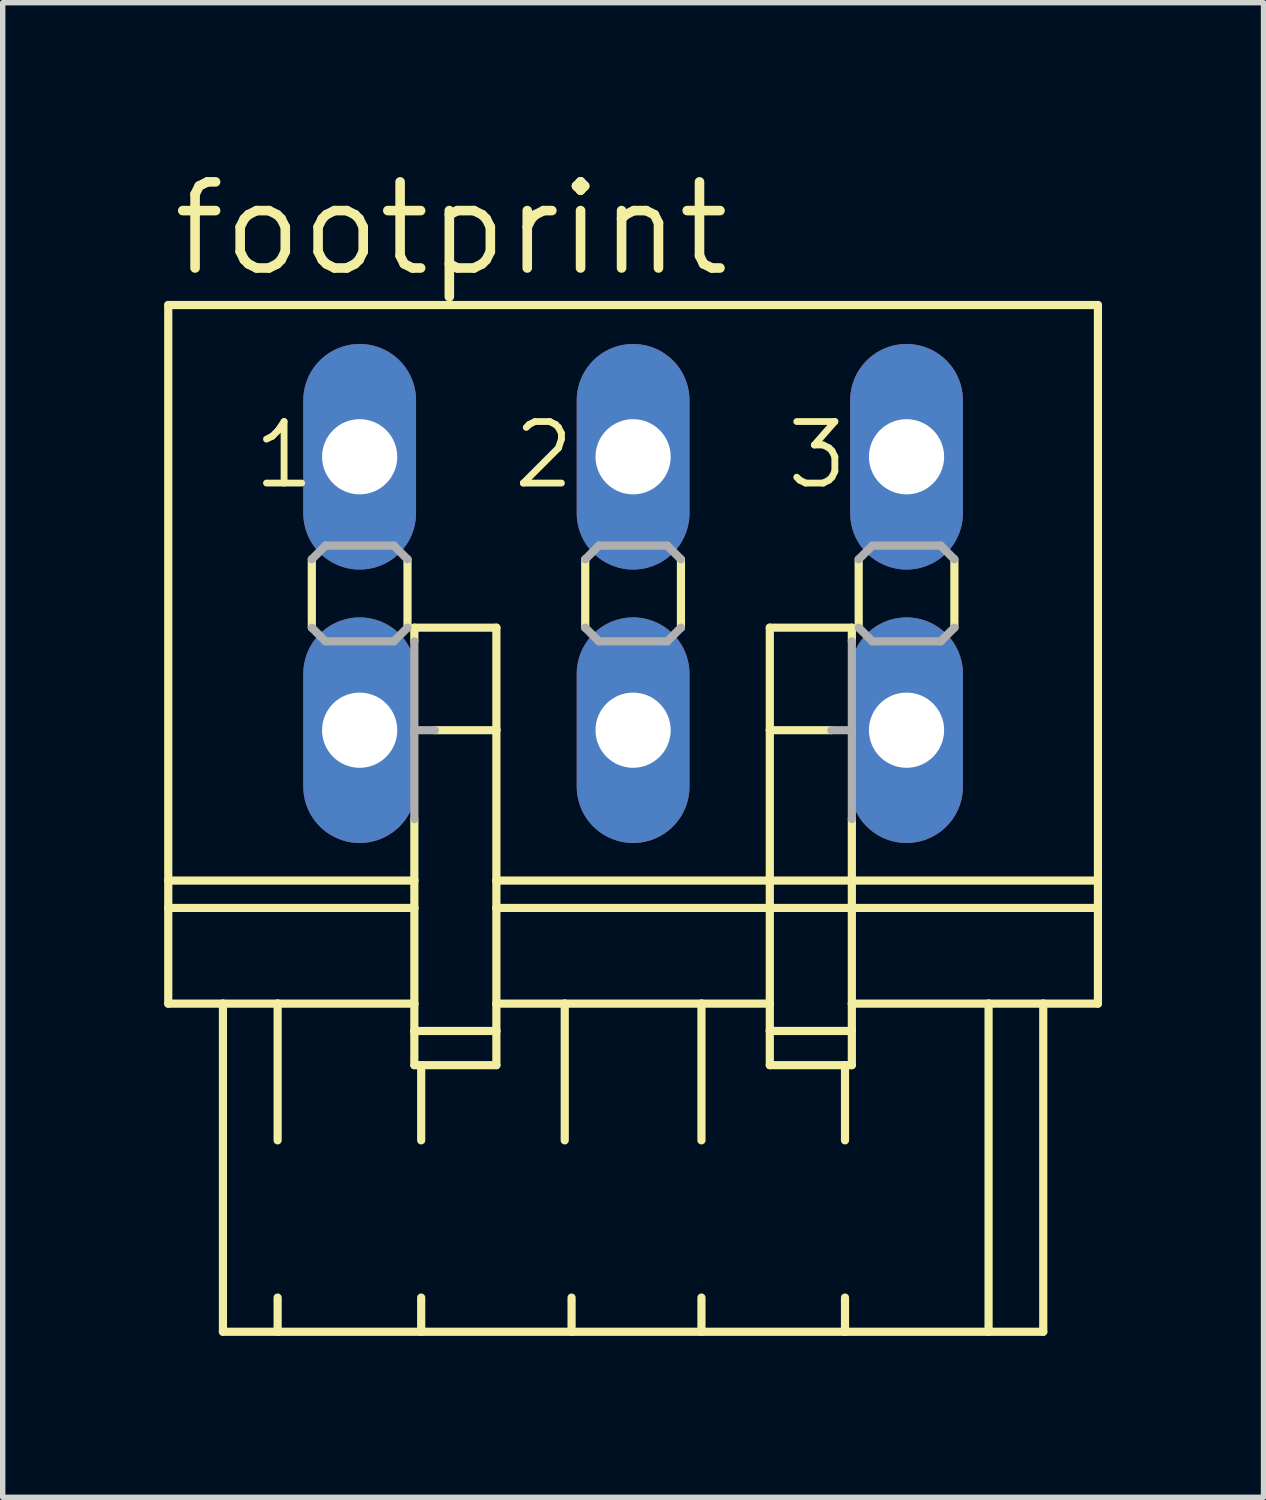
<source format=kicad_pcb>
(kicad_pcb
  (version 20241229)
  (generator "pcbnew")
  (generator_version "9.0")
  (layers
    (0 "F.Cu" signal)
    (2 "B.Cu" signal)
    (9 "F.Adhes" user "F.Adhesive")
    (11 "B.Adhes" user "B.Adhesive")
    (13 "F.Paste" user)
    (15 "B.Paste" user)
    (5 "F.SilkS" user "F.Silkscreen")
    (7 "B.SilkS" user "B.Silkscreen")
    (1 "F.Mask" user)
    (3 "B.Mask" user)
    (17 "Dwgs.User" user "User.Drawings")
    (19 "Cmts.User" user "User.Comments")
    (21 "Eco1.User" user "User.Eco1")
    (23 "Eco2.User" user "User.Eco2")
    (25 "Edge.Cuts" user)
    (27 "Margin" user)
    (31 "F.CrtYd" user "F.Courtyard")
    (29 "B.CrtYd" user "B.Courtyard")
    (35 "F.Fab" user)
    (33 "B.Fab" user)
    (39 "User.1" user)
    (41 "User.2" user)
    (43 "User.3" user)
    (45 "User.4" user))
  (footprint "footprint"
    (layer "F.Cu")
    (at 8.712 7.976)
    (property "Reference" "footprint" (at -8.636 -5.842 0) (layer "F.SilkS") (effects (font (size 1.6 1.6) (thickness 0.178)) (justify left bottom)))
    (fp_line (start -8.636 -5.359) (end -8.636 5.334) (stroke (width 0.152) (type solid)) (layer "F.SilkS"))
    (fp_line (start -8.636 -5.359) (end 8.636 -5.359) (stroke (width 0.152) (type solid)) (layer "F.SilkS"))
    (fp_line (start -8.636 5.334) (end -8.636 5.842) (stroke (width 0.152) (type solid)) (layer "F.SilkS"))
    (fp_line (start -8.636 5.334) (end -4.064 5.334) (stroke (width 0.152) (type solid)) (layer "F.SilkS"))
    (fp_line (start -8.636 5.842) (end -8.636 7.62) (stroke (width 0.152) (type solid)) (layer "F.SilkS"))
    (fp_line (start -8.636 5.842) (end -4.064 5.842) (stroke (width 0.152) (type solid)) (layer "F.SilkS"))
    (fp_line (start -8.636 7.62) (end -7.62 7.62) (stroke (width 0.152) (type solid)) (layer "F.SilkS"))
    (fp_line (start -7.62 7.62) (end -7.62 13.716) (stroke (width 0.152) (type solid)) (layer "F.SilkS"))
    (fp_line (start -7.62 7.62) (end -6.604 7.62) (stroke (width 0.152) (type solid)) (layer "F.SilkS"))
    (fp_line (start -7.62 13.716) (end -6.604 13.716) (stroke (width 0.152) (type solid)) (layer "F.SilkS"))
    (fp_line (start -6.604 7.62) (end -6.604 10.16) (stroke (width 0.152) (type solid)) (layer "F.SilkS"))
    (fp_line (start -6.604 7.62) (end -4.064 7.62) (stroke (width 0.152) (type solid)) (layer "F.SilkS"))
    (fp_line (start -6.604 13.081) (end -6.604 13.716) (stroke (width 0.152) (type solid)) (layer "F.SilkS"))
    (fp_line (start -6.604 13.716) (end -3.937 13.716) (stroke (width 0.152) (type solid)) (layer "F.SilkS"))
    (fp_line (start -5.969 -0.635) (end -5.969 0.635) (stroke (width 0.152) (type solid)) (layer "F.SilkS"))
    (fp_line (start -4.191 -0.635) (end -4.191 0.635) (stroke (width 0.152) (type solid)) (layer "F.SilkS"))
    (fp_line (start -4.064 0.635) (end -4.064 0.889) (stroke (width 0.152) (type solid)) (layer "F.SilkS"))
    (fp_line (start -4.064 0.635) (end -2.54 0.635) (stroke (width 0.152) (type solid)) (layer "F.SilkS"))
    (fp_line (start -4.064 4.191) (end -4.064 5.334) (stroke (width 0.152) (type solid)) (layer "F.SilkS"))
    (fp_line (start -4.064 5.842) (end -4.064 5.334) (stroke (width 0.152) (type solid)) (layer "F.SilkS"))
    (fp_line (start -4.064 7.62) (end -4.064 5.842) (stroke (width 0.152) (type solid)) (layer "F.SilkS"))
    (fp_line (start -4.064 8.128) (end -4.064 7.62) (stroke (width 0.152) (type solid)) (layer "F.SilkS"))
    (fp_line (start -4.064 8.128) (end -2.54 8.128) (stroke (width 0.152) (type solid)) (layer "F.SilkS"))
    (fp_line (start -4.064 8.763) (end -4.064 8.128) (stroke (width 0.152) (type solid)) (layer "F.SilkS"))
    (fp_line (start -3.937 8.763) (end -4.064 8.763) (stroke (width 0.152) (type solid)) (layer "F.SilkS"))
    (fp_line (start -3.937 8.763) (end -3.937 10.16) (stroke (width 0.152) (type solid)) (layer "F.SilkS"))
    (fp_line (start -3.937 13.081) (end -3.937 13.716) (stroke (width 0.152) (type solid)) (layer "F.SilkS"))
    (fp_line (start -3.937 13.716) (end -1.143 13.716) (stroke (width 0.152) (type solid)) (layer "F.SilkS"))
    (fp_line (start -2.54 0.635) (end -2.54 2.54) (stroke (width 0.152) (type solid)) (layer "F.SilkS"))
    (fp_line (start -2.54 2.54) (end -3.683 2.54) (stroke (width 0.152) (type solid)) (layer "F.SilkS"))
    (fp_line (start -2.54 2.54) (end -2.54 5.334) (stroke (width 0.152) (type solid)) (layer "F.SilkS"))
    (fp_line (start -2.54 5.334) (end -2.54 5.842) (stroke (width 0.152) (type solid)) (layer "F.SilkS"))
    (fp_line (start -2.54 5.334) (end 2.54 5.334) (stroke (width 0.152) (type solid)) (layer "F.SilkS"))
    (fp_line (start -2.54 5.842) (end -2.54 7.62) (stroke (width 0.152) (type solid)) (layer "F.SilkS"))
    (fp_line (start -2.54 5.842) (end 2.54 5.842) (stroke (width 0.152) (type solid)) (layer "F.SilkS"))
    (fp_line (start -2.54 7.62) (end -2.54 8.128) (stroke (width 0.152) (type solid)) (layer "F.SilkS"))
    (fp_line (start -2.54 7.62) (end -1.27 7.62) (stroke (width 0.152) (type solid)) (layer "F.SilkS"))
    (fp_line (start -2.54 8.128) (end -2.54 8.763) (stroke (width 0.152) (type solid)) (layer "F.SilkS"))
    (fp_line (start -2.54 8.763) (end -3.937 8.763) (stroke (width 0.152) (type solid)) (layer "F.SilkS"))
    (fp_line (start -1.27 7.62) (end -1.27 10.16) (stroke (width 0.152) (type solid)) (layer "F.SilkS"))
    (fp_line (start -1.27 7.62) (end 1.27 7.62) (stroke (width 0.152) (type solid)) (layer "F.SilkS"))
    (fp_line (start -1.143 13.081) (end -1.143 13.716) (stroke (width 0.152) (type solid)) (layer "F.SilkS"))
    (fp_line (start -1.143 13.716) (end 1.27 13.716) (stroke (width 0.152) (type solid)) (layer "F.SilkS"))
    (fp_line (start -0.889 -0.635) (end -0.889 0.635) (stroke (width 0.152) (type solid)) (layer "F.SilkS"))
    (fp_line (start 0.889 -0.635) (end 0.889 0.635) (stroke (width 0.152) (type solid)) (layer "F.SilkS"))
    (fp_line (start 1.27 7.62) (end 1.27 10.16) (stroke (width 0.152) (type solid)) (layer "F.SilkS"))
    (fp_line (start 1.27 7.62) (end 2.54 7.62) (stroke (width 0.152) (type solid)) (layer "F.SilkS"))
    (fp_line (start 1.27 13.081) (end 1.27 13.716) (stroke (width 0.152) (type solid)) (layer "F.SilkS"))
    (fp_line (start 1.27 13.716) (end 3.937 13.716) (stroke (width 0.152) (type solid)) (layer "F.SilkS"))
    (fp_line (start 2.54 0.635) (end 2.54 2.54) (stroke (width 0.152) (type solid)) (layer "F.SilkS"))
    (fp_line (start 2.54 2.54) (end 2.54 5.334) (stroke (width 0.152) (type solid)) (layer "F.SilkS"))
    (fp_line (start 2.54 2.54) (end 3.683 2.54) (stroke (width 0.152) (type solid)) (layer "F.SilkS"))
    (fp_line (start 2.54 5.334) (end 2.54 5.842) (stroke (width 0.152) (type solid)) (layer "F.SilkS"))
    (fp_line (start 2.54 5.334) (end 4.064 5.334) (stroke (width 0.152) (type solid)) (layer "F.SilkS"))
    (fp_line (start 2.54 5.842) (end 2.54 7.62) (stroke (width 0.152) (type solid)) (layer "F.SilkS"))
    (fp_line (start 2.54 5.842) (end 4.064 5.842) (stroke (width 0.152) (type solid)) (layer "F.SilkS"))
    (fp_line (start 2.54 7.62) (end 2.54 8.128) (stroke (width 0.152) (type solid)) (layer "F.SilkS"))
    (fp_line (start 2.54 8.128) (end 2.54 8.763) (stroke (width 0.152) (type solid)) (layer "F.SilkS"))
    (fp_line (start 2.54 8.128) (end 4.064 8.128) (stroke (width 0.152) (type solid)) (layer "F.SilkS"))
    (fp_line (start 3.937 8.763) (end 2.54 8.763) (stroke (width 0.152) (type solid)) (layer "F.SilkS"))
    (fp_line (start 3.937 8.763) (end 3.937 10.16) (stroke (width 0.152) (type solid)) (layer "F.SilkS"))
    (fp_line (start 3.937 13.081) (end 3.937 13.716) (stroke (width 0.152) (type solid)) (layer "F.SilkS"))
    (fp_line (start 3.937 13.716) (end 6.604 13.716) (stroke (width 0.152) (type solid)) (layer "F.SilkS"))
    (fp_line (start 4.064 0.635) (end 2.54 0.635) (stroke (width 0.152) (type solid)) (layer "F.SilkS"))
    (fp_line (start 4.064 0.889) (end 4.064 0.635) (stroke (width 0.152) (type solid)) (layer "F.SilkS"))
    (fp_line (start 4.064 4.191) (end 4.064 5.334) (stroke (width 0.152) (type solid)) (layer "F.SilkS"))
    (fp_line (start 4.064 5.334) (end 8.636 5.334) (stroke (width 0.152) (type solid)) (layer "F.SilkS"))
    (fp_line (start 4.064 5.842) (end 4.064 5.334) (stroke (width 0.152) (type solid)) (layer "F.SilkS"))
    (fp_line (start 4.064 5.842) (end 8.636 5.842) (stroke (width 0.152) (type solid)) (layer "F.SilkS"))
    (fp_line (start 4.064 7.62) (end 4.064 5.842) (stroke (width 0.152) (type solid)) (layer "F.SilkS"))
    (fp_line (start 4.064 7.62) (end 6.604 7.62) (stroke (width 0.152) (type solid)) (layer "F.SilkS"))
    (fp_line (start 4.064 8.128) (end 4.064 7.62) (stroke (width 0.152) (type solid)) (layer "F.SilkS"))
    (fp_line (start 4.064 8.763) (end 3.937 8.763) (stroke (width 0.152) (type solid)) (layer "F.SilkS"))
    (fp_line (start 4.064 8.763) (end 4.064 8.128) (stroke (width 0.152) (type solid)) (layer "F.SilkS"))
    (fp_line (start 4.191 -0.635) (end 4.191 0.635) (stroke (width 0.152) (type solid)) (layer "F.SilkS"))
    (fp_line (start 5.969 -0.635) (end 5.969 0.635) (stroke (width 0.152) (type solid)) (layer "F.SilkS"))
    (fp_line (start 6.604 7.62) (end 6.604 13.716) (stroke (width 0.152) (type solid)) (layer "F.SilkS"))
    (fp_line (start 6.604 7.62) (end 7.62 7.62) (stroke (width 0.152) (type solid)) (layer "F.SilkS"))
    (fp_line (start 6.604 13.716) (end 7.62 13.716) (stroke (width 0.152) (type solid)) (layer "F.SilkS"))
    (fp_line (start 7.62 7.62) (end 7.62 13.716) (stroke (width 0.152) (type solid)) (layer "F.SilkS"))
    (fp_line (start 7.62 7.62) (end 8.636 7.62) (stroke (width 0.152) (type solid)) (layer "F.SilkS"))
    (fp_line (start 8.636 -5.359) (end 8.636 5.334) (stroke (width 0.152) (type solid)) (layer "F.SilkS"))
    (fp_line (start 8.636 5.334) (end 8.636 5.842) (stroke (width 0.152) (type solid)) (layer "F.SilkS"))
    (fp_line (start 8.636 5.842) (end 8.636 7.62) (stroke (width 0.152) (type solid)) (layer "F.SilkS"))
    (fp_line (start -5.969 -0.635) (end -5.715 -0.889) (stroke (width 0.152) (type solid)) (layer "F.Fab"))
    (fp_line (start -5.715 -0.889) (end -4.445 -0.889) (stroke (width 0.152) (type solid)) (layer "F.Fab"))
    (fp_line (start -5.715 0.889) (end -5.969 0.635) (stroke (width 0.152) (type solid)) (layer "F.Fab"))
    (fp_line (start -4.445 -0.889) (end -4.191 -0.635) (stroke (width 0.152) (type solid)) (layer "F.Fab"))
    (fp_line (start -4.445 0.889) (end -5.715 0.889) (stroke (width 0.152) (type solid)) (layer "F.Fab"))
    (fp_line (start -4.191 0.635) (end -4.445 0.889) (stroke (width 0.152) (type solid)) (layer "F.Fab"))
    (fp_line (start -4.064 2.54) (end -4.064 0.889) (stroke (width 0.152) (type solid)) (layer "F.Fab"))
    (fp_line (start -4.064 2.54) (end -3.683 2.54) (stroke (width 0.152) (type solid)) (layer "F.Fab"))
    (fp_line (start -4.064 4.191) (end -4.064 2.54) (stroke (width 0.152) (type solid)) (layer "F.Fab"))
    (fp_line (start -0.889 -0.635) (end -0.635 -0.889) (stroke (width 0.152) (type solid)) (layer "F.Fab"))
    (fp_line (start -0.635 -0.889) (end 0.635 -0.889) (stroke (width 0.152) (type solid)) (layer "F.Fab"))
    (fp_line (start -0.635 0.889) (end -0.889 0.635) (stroke (width 0.152) (type solid)) (layer "F.Fab"))
    (fp_line (start 0.635 -0.889) (end 0.889 -0.635) (stroke (width 0.152) (type solid)) (layer "F.Fab"))
    (fp_line (start 0.635 0.889) (end -0.635 0.889) (stroke (width 0.152) (type solid)) (layer "F.Fab"))
    (fp_line (start 0.889 0.635) (end 0.635 0.889) (stroke (width 0.152) (type solid)) (layer "F.Fab"))
    (fp_line (start 3.683 2.54) (end 4.064 2.54) (stroke (width 0.152) (type solid)) (layer "F.Fab"))
    (fp_line (start 4.064 2.54) (end 4.064 0.889) (stroke (width 0.152) (type solid)) (layer "F.Fab"))
    (fp_line (start 4.064 4.191) (end 4.064 2.54) (stroke (width 0.152) (type solid)) (layer "F.Fab"))
    (fp_line (start 4.191 -0.635) (end 4.445 -0.889) (stroke (width 0.152) (type solid)) (layer "F.Fab"))
    (fp_line (start 4.445 -0.889) (end 5.715 -0.889) (stroke (width 0.152) (type solid)) (layer "F.Fab"))
    (fp_line (start 4.445 0.889) (end 4.191 0.635) (stroke (width 0.152) (type solid)) (layer "F.Fab"))
    (fp_line (start 5.715 -0.889) (end 5.969 -0.635) (stroke (width 0.152) (type solid)) (layer "F.Fab"))
    (fp_line (start 5.715 0.889) (end 4.445 0.889) (stroke (width 0.152) (type solid)) (layer "F.Fab"))
    (fp_line (start 5.969 0.635) (end 5.715 0.889) (stroke (width 0.152) (type solid)) (layer "F.Fab"))
    (fp_text user "3" (at 2.794 -1.905 0) (layer "F.SilkS") (effects (font (size 1.143 1.143) (thickness 0.127)) (justify left bottom)))
    (fp_text user "2" (at -2.286 -1.905 0) (layer "F.SilkS") (effects (font (size 1.143 1.143) (thickness 0.127)) (justify left bottom)))
    (fp_text user "1" (at -7.112 -1.905 0) (layer "F.SilkS") (effects (font (size 1.143 1.143) (thickness 0.127)) (justify left bottom)))
    (pad "1" thru_hole oval (at -5.08 -2.54 90) (size 4.191 2.095) (drill 1.397) (layers "*.Cu" "*.Mask"))
    (pad "1A" thru_hole oval (at -5.08 2.54 90) (size 4.191 2.095) (drill 1.397) (layers "*.Cu" "*.Mask"))
    (pad "2" thru_hole oval (at 0 -2.54 90) (size 4.191 2.095) (drill 1.397) (layers "*.Cu" "*.Mask"))
    (pad "2A" thru_hole oval (at 0 2.54 90) (size 4.191 2.095) (drill 1.397) (layers "*.Cu" "*.Mask"))
    (pad "3" thru_hole oval (at 5.08 -2.54 90) (size 4.191 2.095) (drill 1.397) (layers "*.Cu" "*.Mask"))
    (pad "3A" thru_hole oval (at 5.08 2.54 90) (size 4.191 2.095) (drill 1.397) (layers "*.Cu" "*.Mask")))
  (gr_rect
    (start -3 -3)
    (end 20.424 24.768)
    (stroke (width 0.1) (type default))
    (fill no)
    (layer "Edge.Cuts")))
</source>
